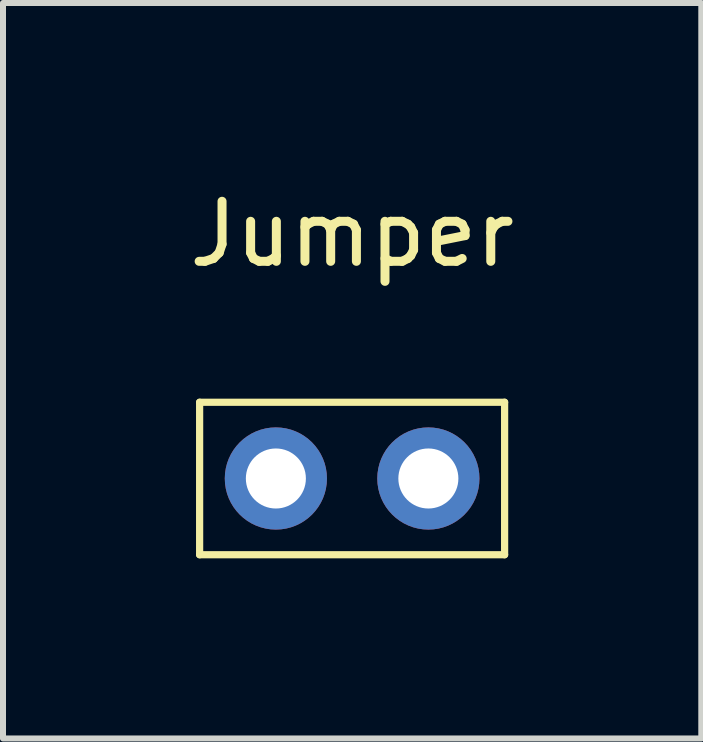
<source format=kicad_pcb>
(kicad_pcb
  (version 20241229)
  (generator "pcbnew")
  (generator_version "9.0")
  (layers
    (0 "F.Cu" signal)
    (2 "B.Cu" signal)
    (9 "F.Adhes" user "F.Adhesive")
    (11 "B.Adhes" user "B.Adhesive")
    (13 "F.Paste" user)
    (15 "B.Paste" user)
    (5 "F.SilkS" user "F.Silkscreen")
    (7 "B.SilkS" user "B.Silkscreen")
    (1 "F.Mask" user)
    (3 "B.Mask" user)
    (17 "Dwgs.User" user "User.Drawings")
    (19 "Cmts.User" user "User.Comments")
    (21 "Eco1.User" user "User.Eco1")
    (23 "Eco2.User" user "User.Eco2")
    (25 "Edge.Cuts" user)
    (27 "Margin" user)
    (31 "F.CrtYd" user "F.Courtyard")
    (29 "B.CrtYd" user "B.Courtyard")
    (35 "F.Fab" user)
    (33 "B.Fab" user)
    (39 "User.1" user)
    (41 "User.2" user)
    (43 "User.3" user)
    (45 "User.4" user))
  (footprint "Jumper"
    (layer "F.Cu")
    (at 2.815 4.92)
    (property "Reference" "Jumper" (at 0 -4.072 0) (layer "F.SilkS") (effects (font (size 1 1) (thickness 0.15))))
    (attr through_hole)
    (fp_line (start -2.54 -1.27) (end -2.54 1.27) (stroke (width 0.12) (type solid)) (layer "F.SilkS"))
    (fp_line (start -2.54 1.27) (end 2.54 1.27) (stroke (width 0.12) (type solid)) (layer "F.SilkS"))
    (fp_line (start 2.54 -1.27) (end -2.54 -1.27) (stroke (width 0.12) (type solid)) (layer "F.SilkS"))
    (fp_line (start 2.54 1.27) (end 2.54 -1.27) (stroke (width 0.12) (type solid)) (layer "F.SilkS"))
    (pad "1" thru_hole circle (at 1.27 0) (size 1.702 1.702) (drill 1) (layers "*.Cu" "*.Mask"))
    (pad "2" thru_hole circle (at -1.27 0) (size 1.702 1.702) (drill 1) (layers "*.Cu" "*.Mask")))
  (gr_rect
    (start -3 -3)
    (end 8.631 9.25)
    (stroke (width 0.1) (type default))
    (fill no)
    (layer "Edge.Cuts")))
</source>
